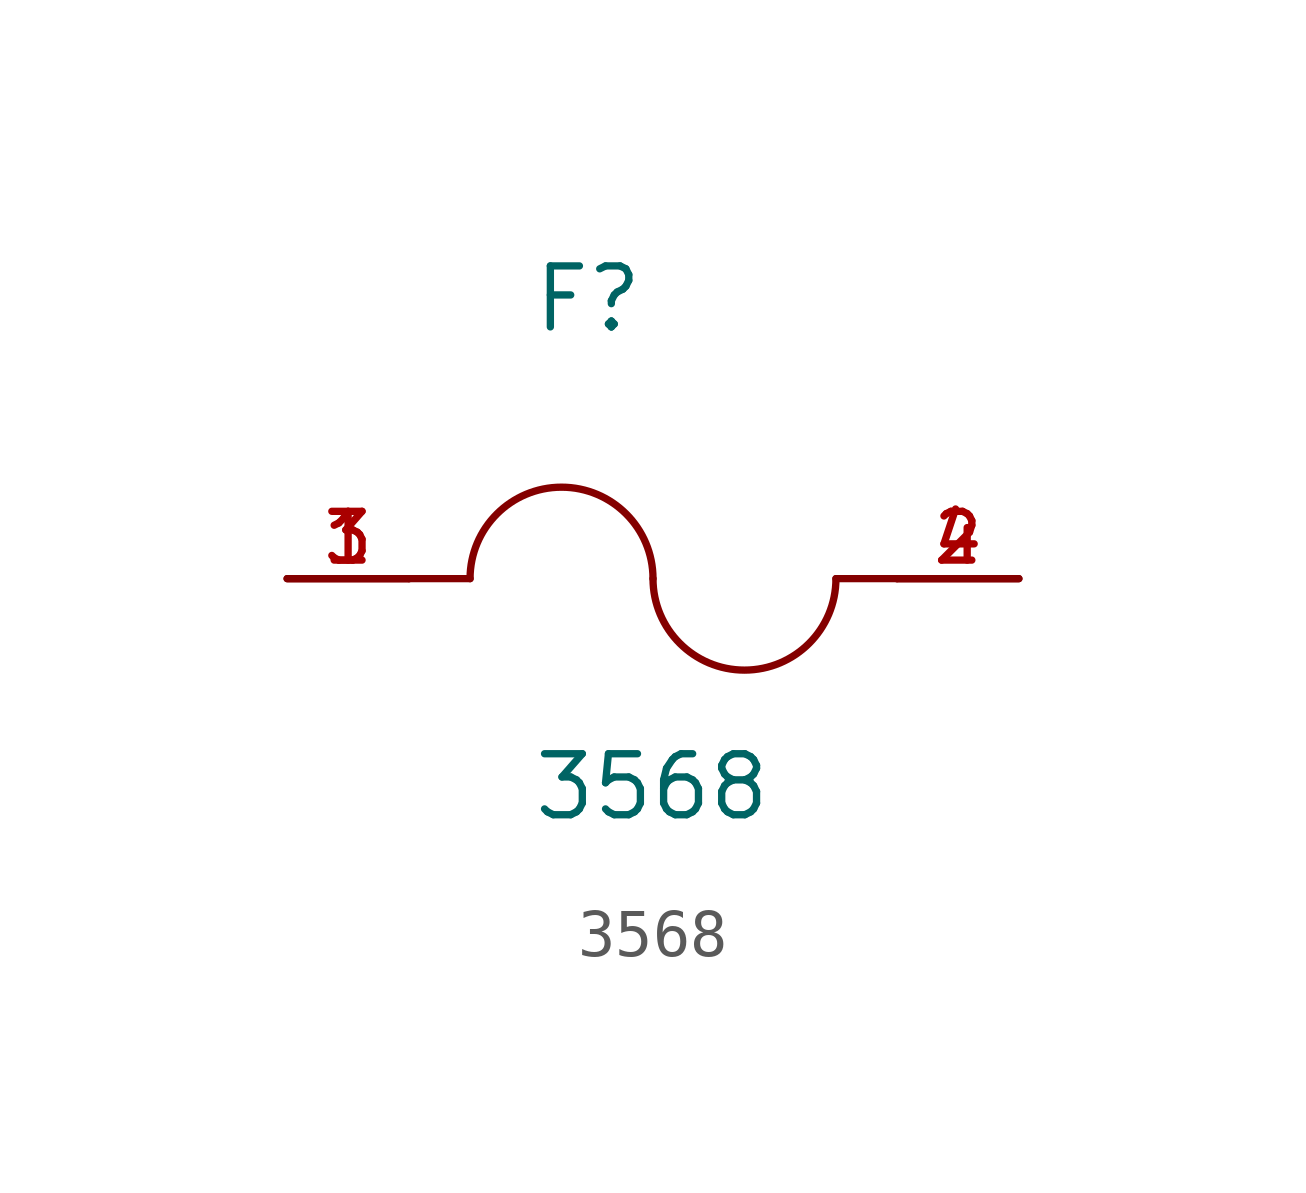
<source format=kicad_sym>
(kicad_symbol_lib
  (version 20211014)
  (generator kicad_symbol_editor)
  (symbol "3568"
    (pin_names
      (offset 1.016))
    (property "Reference" "F"
      (at -2.54 5.08 0)
      (effects (font (size 1.27 1.27)) (justify bottom left)))
    (property "Value" "3568"
      (at -2.54 -5.08 0)
      (effects (font (size 1.27 1.27)) (justify bottom left)))
    (symbol "3568_0_0"
      (arc (start 0.0 0.0) (mid -1.905 1.905) (end -3.81 0.0) (stroke (width 0.1524) (type default) (color 0 0 0 0)) (fill (type none)))
      (arc (start 3.81 0.0) (mid 1.905 -1.905) (end 0.0 0.0) (stroke (width 0.1524) (type default) (color 0 0 0 0)) (fill (type none)))
      (polyline (pts (xy 5.08 0.0) (xy 3.81 0.0)) (stroke (width 0.152)))
      (polyline (pts (xy -5.08 0.0) (xy -3.81 0.0)) (stroke (width 0.152)))
      (pin passive line (at 7.62 0.0 180.0) (length 2.54) (name "~" (effects (font (size 1.016 1.016)))) (number "2" (effects (font (size 1.016 1.016)))))
      (pin passive line (at -7.62 0.0 0) (length 2.54) (name "~" (effects (font (size 1.016 1.016)))) (number "1" (effects (font (size 1.016 1.016)))))
      (pin passive line (at 7.62 0.0 180.0) (length 2.54) (name "~" (effects (font (size 1.016 1.016)))) (number "4" (effects (font (size 1.016 1.016)))))
      (pin passive line (at -7.62 0.0 0) (length 2.54) (name "~" (effects (font (size 1.016 1.016)))) (number "3" (effects (font (size 1.016 1.016))))))))
</source>
